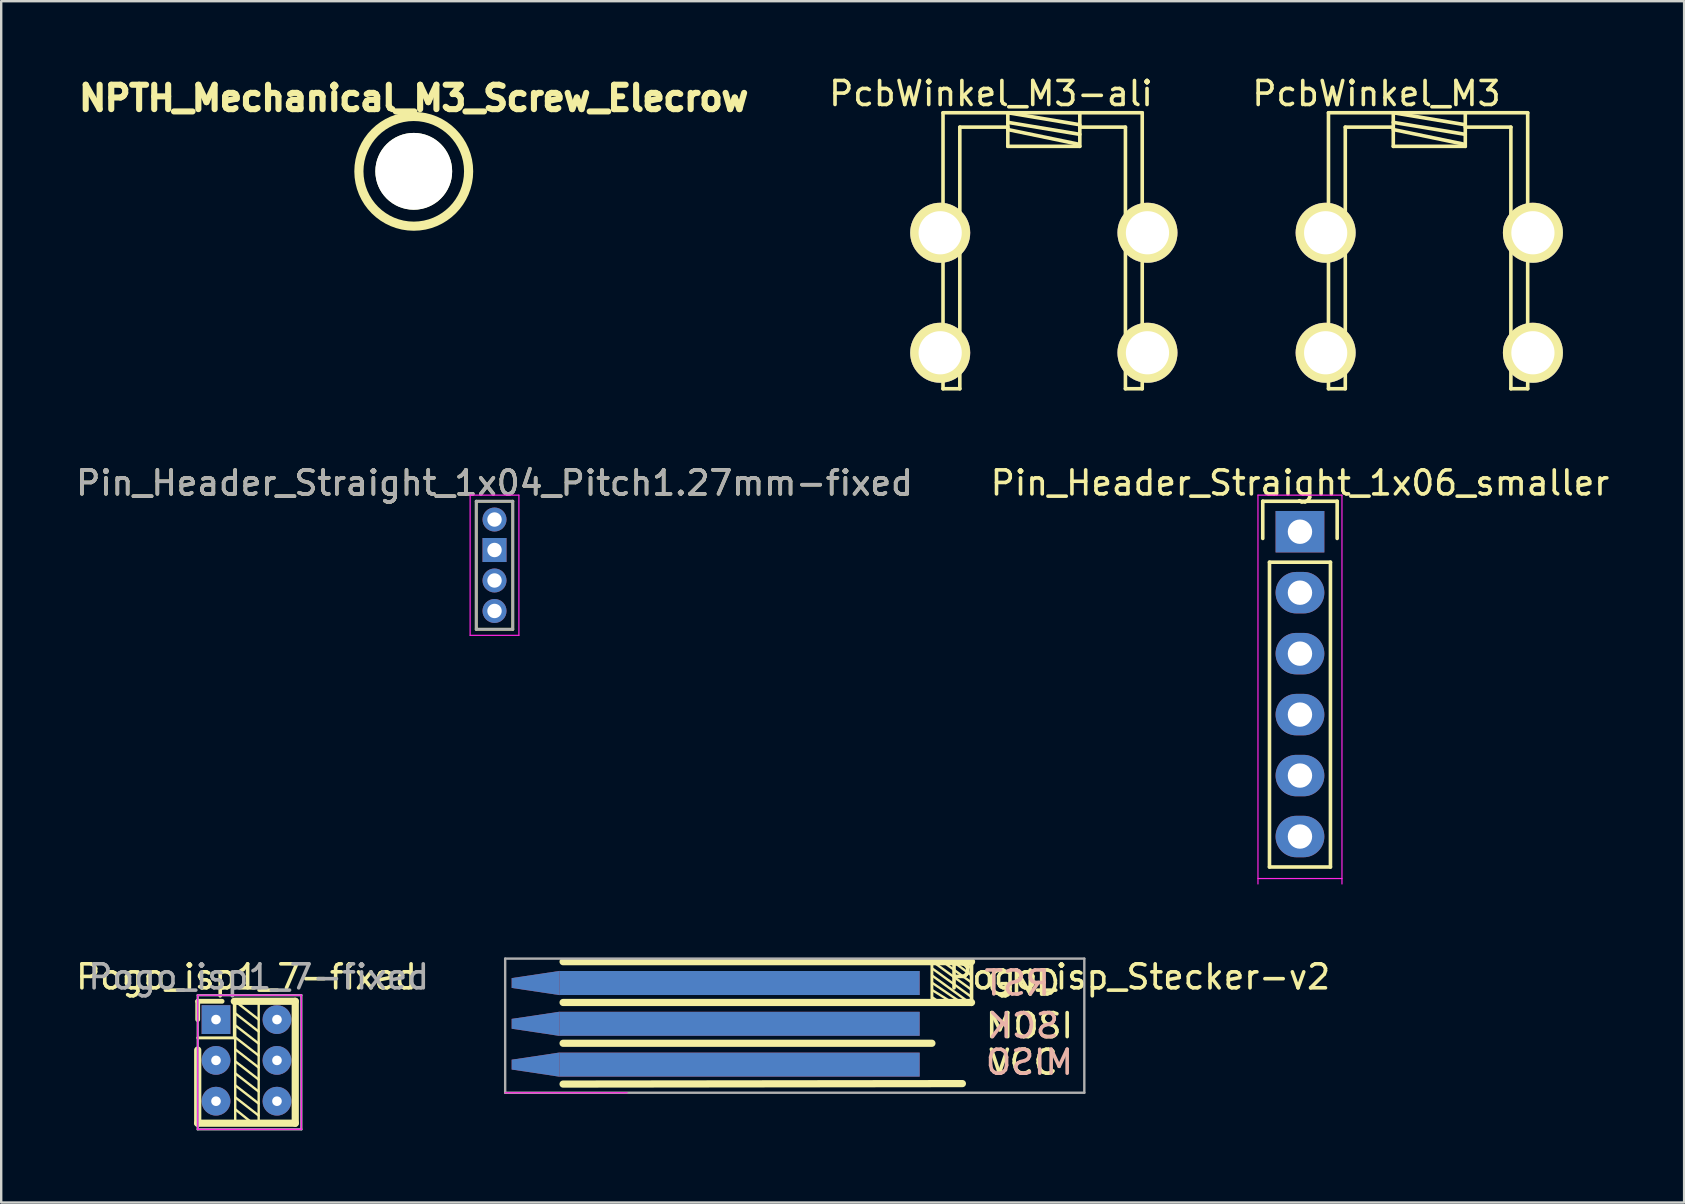
<source format=kicad_pcb>
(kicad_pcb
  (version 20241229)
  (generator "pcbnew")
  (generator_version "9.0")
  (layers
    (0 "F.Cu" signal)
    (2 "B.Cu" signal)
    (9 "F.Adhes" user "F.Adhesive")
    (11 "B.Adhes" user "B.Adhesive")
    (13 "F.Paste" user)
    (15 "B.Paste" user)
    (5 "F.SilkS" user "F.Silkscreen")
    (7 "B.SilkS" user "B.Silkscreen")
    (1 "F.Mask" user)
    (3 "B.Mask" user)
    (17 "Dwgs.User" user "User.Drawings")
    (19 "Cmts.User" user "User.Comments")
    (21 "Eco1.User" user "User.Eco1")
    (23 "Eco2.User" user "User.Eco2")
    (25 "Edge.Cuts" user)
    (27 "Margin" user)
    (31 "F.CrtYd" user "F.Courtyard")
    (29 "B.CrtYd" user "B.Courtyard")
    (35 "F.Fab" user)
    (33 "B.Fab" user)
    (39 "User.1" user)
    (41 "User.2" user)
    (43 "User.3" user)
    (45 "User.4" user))
  (footprint "PcbWinkel_M3"
    (layer "F.Cu")
    (at 56.501 6.648)
    (property "Reference" "PcbWinkel_M3" (at -2.2 -5.8 0) (layer "F.SilkS") (effects (font (size 1 1) (thickness 0.15))))
    (attr through_hole)
    (fp_line (start -4.2 -5) (end 4.1 -5) (stroke (width 0.15) (type solid)) (layer "F.SilkS"))
    (fp_line (start -4.2 6.5) (end -4.2 -5) (stroke (width 0.15) (type solid)) (layer "F.SilkS"))
    (fp_line (start -4.2 6.5) (end -3.5 6.5) (stroke (width 0.15) (type solid)) (layer "F.SilkS"))
    (fp_line (start -3.5 -4.4) (end -3.5 6.5) (stroke (width 0.15) (type solid)) (layer "F.SilkS"))
    (fp_line (start -1.5 -5) (end -1.5 -3.6) (stroke (width 0.15) (type solid)) (layer "F.SilkS"))
    (fp_line (start -1.5 -5) (end 1.5 -4.5) (stroke (width 0.15) (type solid)) (layer "F.SilkS"))
    (fp_line (start -1.5 -4.4) (end -3.5 -4.4) (stroke (width 0.15) (type solid)) (layer "F.SilkS"))
    (fp_line (start -1.5 -4.3) (end 1.4 -3.7) (stroke (width 0.15) (type solid)) (layer "F.SilkS"))
    (fp_line (start -1.5 -3.6) (end 1.5 -3.6) (stroke (width 0.15) (type solid)) (layer "F.SilkS"))
    (fp_line (start 1.5 -5) (end 1.5 -3.6) (stroke (width 0.15) (type solid)) (layer "F.SilkS"))
    (fp_line (start 1.5 -4.1) (end -1.5 -4.6) (stroke (width 0.15) (type solid)) (layer "F.SilkS"))
    (fp_line (start 3.4 -4.4) (end 1.5 -4.4) (stroke (width 0.15) (type solid)) (layer "F.SilkS"))
    (fp_line (start 3.4 6.5) (end 3.4 -4.4) (stroke (width 0.15) (type solid)) (layer "F.SilkS"))
    (fp_line (start 3.4 6.5) (end 4.1 6.5) (stroke (width 0.15) (type solid)) (layer "F.SilkS"))
    (fp_line (start 4.1 -5) (end 4.1 6.5) (stroke (width 0.15) (type solid)) (layer "F.SilkS"))
    (pad "1" thru_hole circle (at -4.318 0) (size 2.5 2.5) (drill 1.8) (layers "*.Cu" "*.Mask" "F.SilkS"))
    (pad "1" thru_hole circle (at -4.318 5) (size 2.5 2.5) (drill 1.8) (layers "*.Cu" "*.Mask" "F.SilkS"))
    (pad "1" thru_hole circle (at 4.318 0) (size 2.5 2.5) (drill 1.8) (layers "*.Cu" "*.Mask" "F.SilkS"))
    (pad "1" thru_hole circle (at 4.318 5) (size 2.5 2.5) (drill 1.8) (layers "*.Cu" "*.Mask" "F.SilkS")))
  (footprint "Pogo_isp1_7-fixed"
    (layer "F.Cu")
    (at 5.95 39.431)
    (property "Reference" "Pogo_isp1_7-fixed" (at 1.27 -1.778 0) (layer "F.SilkS") (effects (font (size 1 1) (thickness 0.15))))
    (attr through_hole)
    (fp_line (start -0.762 -0.762) (end 0.254 -0.762) (stroke (width 0.2) (type solid)) (layer "F.SilkS"))
    (fp_line (start -0.762 0) (end -0.762 -0.762) (stroke (width 0.2) (type solid)) (layer "F.SilkS"))
    (fp_line (start -0.762 1.27) (end -0.762 4.318) (stroke (width 0.3) (type solid)) (layer "F.SilkS"))
    (fp_line (start -0.762 4.318) (end 3.302 4.318) (stroke (width 0.3) (type solid)) (layer "F.SilkS"))
    (fp_line (start 0.762 -0.762) (end 0.762 0.762) (stroke (width 0.12) (type solid)) (layer "F.SilkS"))
    (fp_line (start 0.762 0.762) (end -0.762 0.762) (stroke (width 0.12) (type solid)) (layer "F.SilkS"))
    (fp_line (start 0.8 -0.762) (end 0.8 4.338) (stroke (width 0.1) (type solid)) (layer "F.SilkS"))
    (fp_line (start 0.8 -0.762) (end 1.778 0) (stroke (width 0.1) (type solid)) (layer "F.SilkS"))
    (fp_line (start 0.8 -0.262) (end 1.778 0.5) (stroke (width 0.1) (type solid)) (layer "F.SilkS"))
    (fp_line (start 0.8 0.238) (end 1.778 1) (stroke (width 0.1) (type solid)) (layer "F.SilkS"))
    (fp_line (start 0.8 0.738) (end 1.778 1.5) (stroke (width 0.1) (type solid)) (layer "F.SilkS"))
    (fp_line (start 0.8 1.238) (end 1.778 2) (stroke (width 0.1) (type solid)) (layer "F.SilkS"))
    (fp_line (start 0.8 1.738) (end 1.778 2.5) (stroke (width 0.1) (type solid)) (layer "F.SilkS"))
    (fp_line (start 0.8 2.238) (end 1.778 3) (stroke (width 0.1) (type solid)) (layer "F.SilkS"))
    (fp_line (start 0.8 2.738) (end 1.778 3.5) (stroke (width 0.1) (type solid)) (layer "F.SilkS"))
    (fp_line (start 0.8 3.238) (end 1.778 4) (stroke (width 0.1) (type solid)) (layer "F.SilkS"))
    (fp_line (start 0.8 3.738) (end 1.524 4.318) (stroke (width 0.1) (type solid)) (layer "F.SilkS"))
    (fp_line (start 1.778 -0.8) (end 1.778 4.3) (stroke (width 0.1) (type solid)) (layer "F.SilkS"))
    (fp_line (start 3.302 -0.762) (end 0.762 -0.762) (stroke (width 0.3) (type solid)) (layer "F.SilkS"))
    (fp_line (start 3.302 4.318) (end 3.302 -0.762) (stroke (width 0.3) (type solid)) (layer "F.SilkS"))
    (fp_line (start -0.762 -1.016) (end -0.762 4.572) (stroke (width 0.05) (type solid)) (layer "F.CrtYd"))
    (fp_line (start -0.762 4.572) (end 3.556 4.572) (stroke (width 0.05) (type solid)) (layer "F.CrtYd"))
    (fp_line (start 3.556 -1.016) (end -0.762 -1.016) (stroke (width 0.05) (type solid)) (layer "F.CrtYd"))
    (fp_line (start 3.556 4.572) (end 3.556 -1.016) (stroke (width 0.05) (type solid)) (layer "F.CrtYd"))
    (fp_line (start -0.762 -1.016) (end -0.762 4.572) (stroke (width 0.1) (type solid)) (layer "F.Fab"))
    (fp_line (start -0.762 4.572) (end 3.556 4.572) (stroke (width 0.1) (type solid)) (layer "F.Fab"))
    (fp_line (start 3.556 -1.016) (end -0.762 -1.016) (stroke (width 0.1) (type solid)) (layer "F.Fab"))
    (fp_line (start 3.556 4.572) (end 3.556 -1.016) (stroke (width 0.1) (type solid)) (layer "F.Fab"))
    (fp_text user "${REFERENCE}" (at 1.778 -1.778 0) (layer "F.Fab") (effects (font (size 1 1) (thickness 0.15))))
    (pad "1" thru_hole circle (at 2.54 3.4) (size 1.2 1.2) (drill 0.4) (layers "F.Cu" "F.Mask"))
    (pad "2" thru_hole circle (at 0 3.4) (size 1.2 1.2) (drill 0.4) (layers "F.Cu" "F.Mask"))
    (pad "3" thru_hole circle (at 2.54 1.7) (size 1.2 1.2) (drill 0.4) (layers "F.Cu" "F.Mask"))
    (pad "4" thru_hole circle (at 0 1.7) (size 1.2 1.2) (drill 0.4) (layers "F.Cu" "F.Mask"))
    (pad "5" thru_hole circle (at 2.54 0) (size 1.2 1.2) (drill 0.4) (layers "F.Cu" "F.Mask"))
    (pad "6" thru_hole rect (at 0 0) (size 1.2 1.2) (drill 0.4) (layers "F.Cu" "F.Mask")))
  (footprint "Pogo_isp_Stecker-v2"
    (layer "F.Cu")
    (at 19.268 37.907)
    (property "Reference" "Pogo_isp_Stecker-v2" (at 25.146 -0.254 0) (layer "F.SilkS") (effects (font (size 1 1) (thickness 0.15))))
    (attr through_hole)
    (fp_line (start 16.51 -0.889) (end 16.51 0.635) (stroke (width 0.12) (type solid)) (layer "F.SilkS"))
    (fp_line (start 16.51 2.511) (end 1.143 2.511) (stroke (width 0.3) (type solid)) (layer "F.SilkS"))
    (fp_line (start 16.548 -0.889) (end 18.148 0.273) (stroke (width 0.1) (type solid)) (layer "F.SilkS"))
    (fp_line (start 16.548 -0.589) (end 18.148 0.573) (stroke (width 0.1) (type solid)) (layer "F.SilkS"))
    (fp_line (start 16.548 -0.289) (end 18.148 0.873) (stroke (width 0.1) (type solid)) (layer "F.SilkS"))
    (fp_line (start 16.548 0.011) (end 17.653 0.762) (stroke (width 0.1) (type solid)) (layer "F.SilkS"))
    (fp_line (start 16.548 0.311) (end 17.272 0.762) (stroke (width 0.1) (type solid)) (layer "F.SilkS"))
    (fp_line (start 16.548 0.611) (end 16.764 0.762) (stroke (width 0.1) (type solid)) (layer "F.SilkS"))
    (fp_line (start 17.048 -0.827) (end 18.148 -0.027) (stroke (width 0.1) (type solid)) (layer "F.SilkS"))
    (fp_line (start 17.348 -0.927) (end 18.148 -0.327) (stroke (width 0.1) (type solid)) (layer "F.SilkS"))
    (fp_line (start 17.78 -0.889) (end 18.148 -0.635) (stroke (width 0.1) (type solid)) (layer "F.SilkS"))
    (fp_line (start 17.78 4.191) (end 1.143 4.211) (stroke (width 0.3) (type solid)) (layer "F.SilkS"))
    (fp_line (start 18.161 -0.889) (end 1.143 -0.889) (stroke (width 0.3) (type solid)) (layer "F.SilkS"))
    (fp_line (start 18.161 0.889) (end 18.161 -0.889) (stroke (width 0.15) (type solid)) (layer "F.SilkS"))
    (fp_line (start 18.161 0.811) (end 1.143 0.811) (stroke (width 0.3) (type solid)) (layer "F.SilkS"))
    (fp_line (start -1.27 4.572) (end 3.81 4.572) (stroke (width 0.05) (type solid)) (layer "F.CrtYd"))
    (fp_line (start -1.27 -1.016) (end -1.27 4.572) (stroke (width 0.1) (type solid)) (layer "F.Fab"))
    (fp_line (start -1.27 4.572) (end 22.86 4.572) (stroke (width 0.1) (type solid)) (layer "F.Fab"))
    (fp_line (start 22.86 -1.016) (end -1.27 -1.016) (stroke (width 0.1) (type solid)) (layer "F.Fab"))
    (fp_line (start 22.86 4.572) (end 22.86 -1.016) (stroke (width 0.1) (type solid)) (layer "F.Fab"))
    (fp_text user "VCC" (at 20.32 3.302 0) (layer "F.SilkS") (effects (font (size 1 1) (thickness 0.15))))
    (fp_text user "GND" (at 20.32 0 0) (layer "F.SilkS") (effects (font (size 1 1) (thickness 0.15))))
    (fp_text user "MOSI" (at 20.574 1.778 0) (layer "F.SilkS") (effects (font (size 1 1) (thickness 0.15))))
    (fp_text user "SCK" (at 20.32 1.778 0) (layer "B.SilkS") (effects (font (size 1 1) (thickness 0.15)) (justify mirror)))
    (fp_text user "MISO" (at 20.574 3.302 0) (layer "B.SilkS") (effects (font (size 1 1) (thickness 0.15)) (justify mirror)))
    (fp_text user "RST" (at 20.066 0 0) (layer "B.SilkS") (effects (font (size 1 1) (thickness 0.15)) (justify mirror)))
    (pad "1" smd trapezoid (at 0 0) (size 2 0.71) (rect_delta -0.3 0) (layers "F.Cu" "F.Mask"))
    (pad "1" smd trapezoid (at 0 0) (size 2 0.71) (rect_delta -0.3 0) (layers "B.Cu" "B.Mask"))
    (pad "1" smd rect (at 8.5 0) (size 15 1) (layers "F.Cu" "F.Mask"))
    (pad "2" smd trapezoid (at 0 1.7) (size 2 0.71) (rect_delta -0.3 0) (layers "F.Cu" "F.Mask"))
    (pad "2" smd rect (at 8.5 0) (size 15 1) (layers "B.Cu" "B.Mask"))
    (pad "3" smd trapezoid (at 0 3.4) (size 2 0.71) (rect_delta -0.3 0) (layers "F.Cu" "F.Mask"))
    (pad "3" smd rect (at 8.5 1.7) (size 15 1) (layers "F.Cu" "F.Mask"))
    (pad "4" smd trapezoid (at 0 3.4) (size 2 0.71) (rect_delta -0.3 0) (layers "B.Cu" "B.Mask"))
    (pad "4" smd rect (at 8.5 1.7) (size 15 1) (layers "B.Cu" "B.Mask"))
    (pad "5" smd trapezoid (at 0 1.7) (size 2 0.71) (rect_delta -0.3 0) (layers "B.Cu" "B.Mask"))
    (pad "5" smd rect (at 8.5 3.4) (size 15 1) (layers "F.Cu" "F.Mask"))
    (pad "6" smd rect (at 8.5 3.4) (size 15 1) (layers "B.Cu" "B.Mask")))
  (footprint "Pin_Header_Straight_1x04_Pitch1.27mm-fixed"
    (layer "F.Cu")
    (at 17.554 18.596)
    (property "Reference" "Pin_Header_Straight_1x04_Pitch1.27mm-fixed" (at 0 -1.524 0) (layer "F.SilkS") (effects (font (size 1 1) (thickness 0.15))))
    (attr through_hole)
    (fp_line (start -0.762 -0.762) (end -0.762 4.572) (stroke (width 0.12) (type solid)) (layer "F.SilkS"))
    (fp_line (start -0.762 4.572) (end 0.762 4.572) (stroke (width 0.12) (type solid)) (layer "F.SilkS"))
    (fp_line (start 0.762 -0.762) (end -0.762 -0.762) (stroke (width 0.12) (type solid)) (layer "F.SilkS"))
    (fp_line (start 0.762 4.572) (end 0.762 -0.762) (stroke (width 0.12) (type solid)) (layer "F.SilkS"))
    (fp_line (start -1.016 -1.016) (end -1.016 4.826) (stroke (width 0.05) (type solid)) (layer "F.CrtYd"))
    (fp_line (start -1.016 4.826) (end 1.016 4.826) (stroke (width 0.05) (type solid)) (layer "F.CrtYd"))
    (fp_line (start 1.016 -1.016) (end -1.016 -1.016) (stroke (width 0.05) (type solid)) (layer "F.CrtYd"))
    (fp_line (start 1.016 4.826) (end 1.016 -1.016) (stroke (width 0.05) (type solid)) (layer "F.CrtYd"))
    (fp_line (start -0.762 -0.762) (end -0.762 4.572) (stroke (width 0.1) (type solid)) (layer "F.Fab"))
    (fp_line (start -0.762 4.572) (end 0.762 4.572) (stroke (width 0.1) (type solid)) (layer "F.Fab"))
    (fp_line (start 0.762 -0.762) (end -0.762 -0.762) (stroke (width 0.1) (type solid)) (layer "F.Fab"))
    (fp_line (start 0.762 4.572) (end 0.762 -0.762) (stroke (width 0.1) (type solid)) (layer "F.Fab"))
    (fp_text user "${REFERENCE}" (at 0 -1.524 0) (layer "F.Fab") (effects (font (size 1 1) (thickness 0.15))))
    (pad "1" thru_hole circle (at 0 0) (size 1 1) (drill 0.6) (layers "*.Cu" "*.Mask"))
    (pad "2" thru_hole rect (at 0 1.27) (size 1 1) (drill 0.6) (layers "*.Cu" "*.Mask"))
    (pad "3" thru_hole circle (at 0 2.54) (size 1 1) (drill 0.6) (layers "*.Cu" "*.Mask"))
    (pad "4" thru_hole circle (at 0 3.81) (size 1 1) (drill 0.6) (layers "*.Cu" "*.Mask")))
  (footprint "PcbWinkel_M3-ali"
    (layer "F.Cu")
    (at 40.441 6.648)
    (property "Reference" "PcbWinkel_M3-ali" (at -2.2 -5.8 0) (layer "F.SilkS") (effects (font (size 1 1) (thickness 0.15))))
    (attr through_hole)
    (fp_line (start -4.2 -5) (end 4.1 -5) (stroke (width 0.15) (type solid)) (layer "F.SilkS"))
    (fp_line (start -4.2 6.5) (end -4.2 -5) (stroke (width 0.15) (type solid)) (layer "F.SilkS"))
    (fp_line (start -4.2 6.5) (end -3.5 6.5) (stroke (width 0.15) (type solid)) (layer "F.SilkS"))
    (fp_line (start -3.5 -4.4) (end -3.5 6.5) (stroke (width 0.15) (type solid)) (layer "F.SilkS"))
    (fp_line (start -1.5 -5) (end -1.5 -3.6) (stroke (width 0.15) (type solid)) (layer "F.SilkS"))
    (fp_line (start -1.5 -5) (end 1.5 -4.5) (stroke (width 0.15) (type solid)) (layer "F.SilkS"))
    (fp_line (start -1.5 -4.4) (end -3.5 -4.4) (stroke (width 0.15) (type solid)) (layer "F.SilkS"))
    (fp_line (start -1.5 -4.3) (end 1.4 -3.7) (stroke (width 0.15) (type solid)) (layer "F.SilkS"))
    (fp_line (start -1.5 -3.6) (end 1.5 -3.6) (stroke (width 0.15) (type solid)) (layer "F.SilkS"))
    (fp_line (start 1.5 -5) (end 1.5 -3.6) (stroke (width 0.15) (type solid)) (layer "F.SilkS"))
    (fp_line (start 1.5 -4.1) (end -1.5 -4.6) (stroke (width 0.15) (type solid)) (layer "F.SilkS"))
    (fp_line (start 3.4 -4.4) (end 1.5 -4.4) (stroke (width 0.15) (type solid)) (layer "F.SilkS"))
    (fp_line (start 3.4 6.5) (end 3.4 -4.4) (stroke (width 0.15) (type solid)) (layer "F.SilkS"))
    (fp_line (start 3.4 6.5) (end 4.1 6.5) (stroke (width 0.15) (type solid)) (layer "F.SilkS"))
    (fp_line (start 4.1 -5) (end 4.1 6.5) (stroke (width 0.15) (type solid)) (layer "F.SilkS"))
    (pad "1" thru_hole circle (at -4.318 0) (size 2.5 2.5) (drill 1.8) (layers "*.Cu" "*.Mask" "F.SilkS"))
    (pad "1" thru_hole circle (at -4.318 5) (size 2.5 2.5) (drill 1.8) (layers "*.Cu" "*.Mask" "F.SilkS"))
    (pad "1" thru_hole circle (at 4.318 0) (size 2.5 2.5) (drill 1.8) (layers "*.Cu" "*.Mask" "F.SilkS"))
    (pad "1" thru_hole circle (at 4.318 5) (size 2.5 2.5) (drill 1.8) (layers "*.Cu" "*.Mask" "F.SilkS")))
  (footprint "NPTH_Mechanical_M3_Screw_Elecrow"
    (layer "F.Cu")
    (at 14.189 4.088)
    (property "Reference" "NPTH_Mechanical_M3_Screw_Elecrow" (at 0 -3.048 0) (layer "F.SilkS") (effects (font (size 1.016 1.016) (thickness 0.254))))
    (attr through_hole)
    (fp_circle (center 0 0) (end 0 -2.286) (stroke (width 0.381) (type solid)) (fill no) (layer "F.SilkS"))
    (pad "" np_thru_hole circle (at 0 0) (size 3.2 3.2) (drill 3.2) (layers "*.Cu" "*.Mask" "F.SilkS")))
  (footprint "Pin_Header_Straight_1x06_smaller"
    (layer "F.Cu")
    (at 51.113 19.104)
    (property "Reference" "Pin_Header_Straight_1x06_smaller" (at 0 -2.032 0) (layer "F.SilkS") (effects (font (size 1 1) (thickness 0.15))))
    (attr through_hole)
    (fp_line (start -1.55 -1.27) (end 1.55 -1.27) (stroke (width 0.15) (type solid)) (layer "F.SilkS"))
    (fp_line (start -1.55 0.28) (end -1.55 -1.27) (stroke (width 0.15) (type solid)) (layer "F.SilkS"))
    (fp_line (start -1.27 13.97) (end -1.27 1.27) (stroke (width 0.15) (type solid)) (layer "F.SilkS"))
    (fp_line (start 1.27 1.27) (end -1.27 1.27) (stroke (width 0.15) (type solid)) (layer "F.SilkS"))
    (fp_line (start 1.27 1.27) (end 1.27 13.97) (stroke (width 0.15) (type solid)) (layer "F.SilkS"))
    (fp_line (start 1.27 13.97) (end -1.27 13.97) (stroke (width 0.15) (type solid)) (layer "F.SilkS"))
    (fp_line (start 1.55 -1.27) (end 1.55 0.28) (stroke (width 0.15) (type solid)) (layer "F.SilkS"))
    (fp_line (start -1.75 -1.524) (end -1.75 14.676) (stroke (width 0.05) (type solid)) (layer "F.CrtYd"))
    (fp_line (start -1.75 -1.524) (end 1.75 -1.524) (stroke (width 0.05) (type solid)) (layer "F.CrtYd"))
    (fp_line (start -1.75 14.45) (end 1.75 14.45) (stroke (width 0.05) (type solid)) (layer "F.CrtYd"))
    (fp_line (start 1.75 -1.524) (end 1.75 14.676) (stroke (width 0.05) (type solid)) (layer "F.CrtYd"))
    (pad "1" thru_hole rect (at 0 0) (size 2.032 1.727) (drill 1.016) (layers "*.Cu" "*.Mask"))
    (pad "2" thru_hole oval (at 0 2.54) (size 2.032 1.727) (drill 1.016) (layers "*.Cu" "*.Mask"))
    (pad "3" thru_hole oval (at 0 5.08) (size 2.032 1.727) (drill 1.016) (layers "*.Cu" "*.Mask"))
    (pad "4" thru_hole oval (at 0 7.62) (size 2.032 1.727) (drill 1.016) (layers "*.Cu" "*.Mask"))
    (pad "5" thru_hole oval (at 0 10.16) (size 2.032 1.727) (drill 1.016) (layers "*.Cu" "*.Mask"))
    (pad "6" thru_hole oval (at 0 12.7) (size 2.032 1.727) (drill 1.016) (layers "*.Cu" "*.Mask")))
  (gr_rect
    (start -3 -3)
    (end 67.119 47.053)
    (stroke (width 0.1) (type default))
    (fill no)
    (layer "Edge.Cuts")))
</source>
